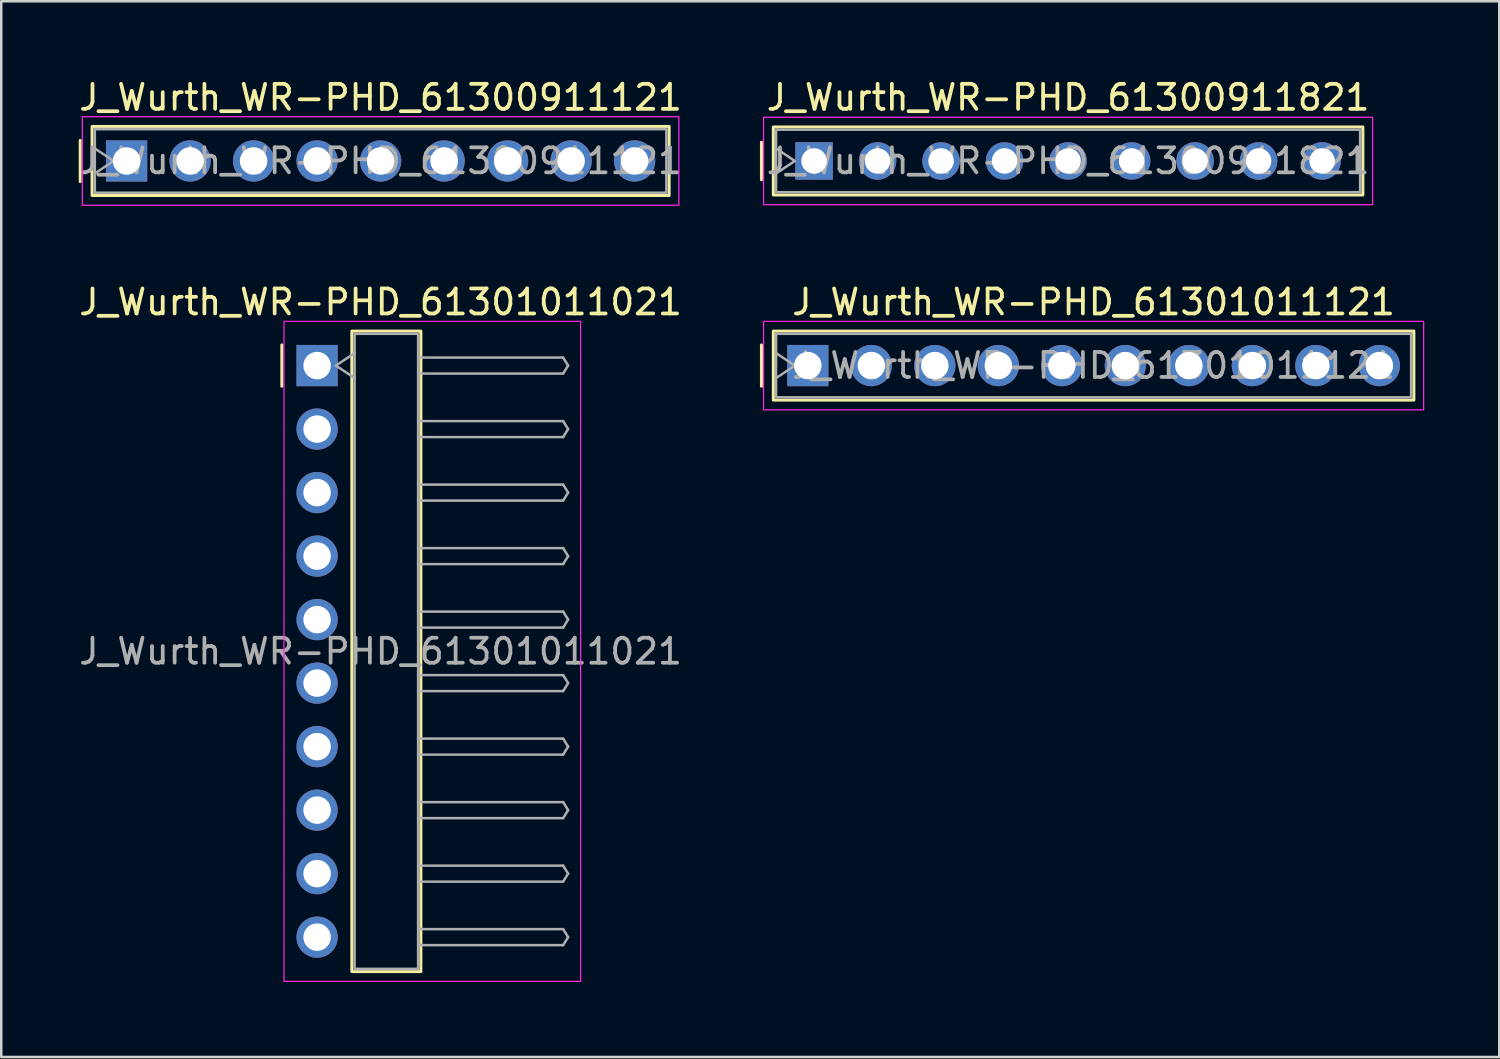
<source format=kicad_pcb>
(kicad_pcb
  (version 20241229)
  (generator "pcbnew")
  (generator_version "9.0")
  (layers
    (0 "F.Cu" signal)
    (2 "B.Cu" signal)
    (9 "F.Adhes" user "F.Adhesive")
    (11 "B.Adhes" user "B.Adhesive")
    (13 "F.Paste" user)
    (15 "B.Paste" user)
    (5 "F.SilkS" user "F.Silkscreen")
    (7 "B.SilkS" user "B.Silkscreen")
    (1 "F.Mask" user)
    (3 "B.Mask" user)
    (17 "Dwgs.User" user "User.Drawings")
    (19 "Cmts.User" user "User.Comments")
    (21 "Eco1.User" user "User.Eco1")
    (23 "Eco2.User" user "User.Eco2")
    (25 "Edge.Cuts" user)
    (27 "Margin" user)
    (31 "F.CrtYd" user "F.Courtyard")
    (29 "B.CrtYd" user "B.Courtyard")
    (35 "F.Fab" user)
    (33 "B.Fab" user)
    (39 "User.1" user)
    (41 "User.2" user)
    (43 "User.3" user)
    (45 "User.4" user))
  (footprint "J_Wurth_WR-PHD_61300911121"
    (layer "F.Cu")
    (at 2.013 3.388)
    (property "Reference" "J_Wurth_WR-PHD_61300911121" (at 10.16 -2.54 0) (unlocked yes) (layer "F.SilkS") (effects (font (size 1 1) (thickness 0.15))))
    (attr through_hole)
    (fp_line (start -1.855 -0.825) (end -1.855 0.825) (stroke (width 0.12) (type solid)) (layer "F.SilkS"))
    (fp_rect (start -1.38 -1.38) (end 21.7 1.38) (stroke (width 0.12) (type solid)) (fill no) (layer "F.SilkS"))
    (fp_rect (start -1.77 -1.77) (end 22.09 1.77) (stroke (width 0.05) (type solid)) (fill no) (layer "F.CrtYd"))
    (fp_line (start -1.27 -0.5) (end -0.52 0) (stroke (width 0.1) (type solid)) (layer "F.Fab"))
    (fp_line (start -0.52 0) (end -1.27 0.5) (stroke (width 0.1) (type solid)) (layer "F.Fab"))
    (fp_rect (start -1.27 -1.27) (end 21.59 1.27) (stroke (width 0.1) (type solid)) (fill no) (layer "F.Fab"))
    (fp_text user "${REFERENCE}" (at 10.16 0 0) (unlocked yes) (layer "F.Fab") (effects (font (size 1 1) (thickness 0.15))))
    (pad "1" thru_hole rect (at 0 0) (size 1.65 1.65) (drill 1.1) (layers "*.Cu" "*.Mask"))
    (pad "2" thru_hole circle (at 2.54 0) (size 1.65 1.65) (drill 1.1) (layers "*.Cu" "*.Mask"))
    (pad "3" thru_hole circle (at 5.08 0) (size 1.65 1.65) (drill 1.1) (layers "*.Cu" "*.Mask"))
    (pad "4" thru_hole circle (at 7.62 0) (size 1.65 1.65) (drill 1.1) (layers "*.Cu" "*.Mask"))
    (pad "5" thru_hole circle (at 10.16 0) (size 1.65 1.65) (drill 1.1) (layers "*.Cu" "*.Mask"))
    (pad "6" thru_hole circle (at 12.7 0) (size 1.65 1.65) (drill 1.1) (layers "*.Cu" "*.Mask"))
    (pad "7" thru_hole circle (at 15.24 0) (size 1.65 1.65) (drill 1.1) (layers "*.Cu" "*.Mask"))
    (pad "8" thru_hole circle (at 17.78 0) (size 1.65 1.65) (drill 1.1) (layers "*.Cu" "*.Mask"))
    (pad "9" thru_hole circle (at 20.32 0) (size 1.65 1.65) (drill 1.1) (layers "*.Cu" "*.Mask")))
  (footprint "J_Wurth_WR-PHD_61301011121"
    (layer "F.Cu")
    (at 29.26 11.572)
    (property "Reference" "J_Wurth_WR-PHD_61301011121" (at 11.43 -2.54 0) (unlocked yes) (layer "F.SilkS") (effects (font (size 1 1) (thickness 0.15))))
    (attr through_hole)
    (fp_line (start -1.855 -0.825) (end -1.855 0.825) (stroke (width 0.12) (type solid)) (layer "F.SilkS"))
    (fp_rect (start -1.38 -1.38) (end 24.24 1.38) (stroke (width 0.12) (type solid)) (fill no) (layer "F.SilkS"))
    (fp_rect (start -1.77 -1.77) (end 24.63 1.77) (stroke (width 0.05) (type solid)) (fill no) (layer "F.CrtYd"))
    (fp_line (start -1.27 -0.5) (end -0.52 0) (stroke (width 0.1) (type solid)) (layer "F.Fab"))
    (fp_line (start -0.52 0) (end -1.27 0.5) (stroke (width 0.1) (type solid)) (layer "F.Fab"))
    (fp_rect (start -1.27 -1.27) (end 24.13 1.27) (stroke (width 0.1) (type solid)) (fill no) (layer "F.Fab"))
    (fp_text user "${REFERENCE}" (at 11.43 0 0) (unlocked yes) (layer "F.Fab") (effects (font (size 1 1) (thickness 0.15))))
    (pad "1" thru_hole rect (at 0 0) (size 1.65 1.65) (drill 1.1) (layers "*.Cu" "*.Mask"))
    (pad "2" thru_hole circle (at 2.54 0) (size 1.65 1.65) (drill 1.1) (layers "*.Cu" "*.Mask"))
    (pad "3" thru_hole circle (at 5.08 0) (size 1.65 1.65) (drill 1.1) (layers "*.Cu" "*.Mask"))
    (pad "4" thru_hole circle (at 7.62 0) (size 1.65 1.65) (drill 1.1) (layers "*.Cu" "*.Mask"))
    (pad "5" thru_hole circle (at 10.16 0) (size 1.65 1.65) (drill 1.1) (layers "*.Cu" "*.Mask"))
    (pad "6" thru_hole circle (at 12.7 0) (size 1.65 1.65) (drill 1.1) (layers "*.Cu" "*.Mask"))
    (pad "7" thru_hole circle (at 15.24 0) (size 1.65 1.65) (drill 1.1) (layers "*.Cu" "*.Mask"))
    (pad "8" thru_hole circle (at 17.78 0) (size 1.65 1.65) (drill 1.1) (layers "*.Cu" "*.Mask"))
    (pad "9" thru_hole circle (at 20.32 0) (size 1.65 1.65) (drill 1.1) (layers "*.Cu" "*.Mask"))
    (pad "10" thru_hole circle (at 22.86 0) (size 1.65 1.65) (drill 1.1) (layers "*.Cu" "*.Mask")))
  (footprint "J_Wurth_WR-PHD_61301011021"
    (layer "F.Cu")
    (at 9.633 11.572)
    (property "Reference" "J_Wurth_WR-PHD_61301011021" (at 2.54 -2.54 0) (unlocked yes) (layer "F.SilkS") (effects (font (size 1 1) (thickness 0.15))))
    (attr through_hole)
    (fp_line (start -1.41 -0.825) (end -1.41 0.825) (stroke (width 0.12) (type solid)) (layer "F.SilkS"))
    (fp_rect (start 1.39 -1.38) (end 4.15 24.24) (stroke (width 0.12) (type solid)) (fill no) (layer "F.SilkS"))
    (fp_rect (start -1.325 -1.77) (end 10.54 24.63) (stroke (width 0.05) (type solid)) (fill no) (layer "F.CrtYd"))
    (fp_line (start 0.75 0) (end 1.5 -0.5) (stroke (width 0.1) (type solid)) (layer "F.Fab"))
    (fp_line (start 0.75 0) (end 1.5 0.5) (stroke (width 0.1) (type solid)) (layer "F.Fab"))
    (fp_line (start 4.04 0.32) (end 9.84 0.32) (stroke (width 0.1) (type solid)) (layer "F.Fab"))
    (fp_line (start 4.04 2.86) (end 9.84 2.86) (stroke (width 0.1) (type solid)) (layer "F.Fab"))
    (fp_line (start 4.04 5.4) (end 9.84 5.4) (stroke (width 0.1) (type solid)) (layer "F.Fab"))
    (fp_line (start 4.04 7.94) (end 9.84 7.94) (stroke (width 0.1) (type solid)) (layer "F.Fab"))
    (fp_line (start 4.04 10.48) (end 9.84 10.48) (stroke (width 0.1) (type solid)) (layer "F.Fab"))
    (fp_line (start 4.04 13.02) (end 9.84 13.02) (stroke (width 0.1) (type solid)) (layer "F.Fab"))
    (fp_line (start 4.04 15.56) (end 9.84 15.56) (stroke (width 0.1) (type solid)) (layer "F.Fab"))
    (fp_line (start 4.04 18.1) (end 9.84 18.1) (stroke (width 0.1) (type solid)) (layer "F.Fab"))
    (fp_line (start 4.04 20.64) (end 9.84 20.64) (stroke (width 0.1) (type solid)) (layer "F.Fab"))
    (fp_line (start 4.04 23.18) (end 9.84 23.18) (stroke (width 0.1) (type solid)) (layer "F.Fab"))
    (fp_line (start 9.84 -0.32) (end 4.04 -0.32) (stroke (width 0.1) (type solid)) (layer "F.Fab"))
    (fp_line (start 9.84 0.32) (end 10.04 0) (stroke (width 0.1) (type default)) (layer "F.Fab"))
    (fp_line (start 9.84 2.22) (end 4.04 2.22) (stroke (width 0.1) (type solid)) (layer "F.Fab"))
    (fp_line (start 9.84 2.86) (end 10.04 2.54) (stroke (width 0.1) (type default)) (layer "F.Fab"))
    (fp_line (start 9.84 4.76) (end 4.04 4.76) (stroke (width 0.1) (type solid)) (layer "F.Fab"))
    (fp_line (start 9.84 5.4) (end 10.04 5.08) (stroke (width 0.1) (type default)) (layer "F.Fab"))
    (fp_line (start 9.84 7.3) (end 4.04 7.3) (stroke (width 0.1) (type solid)) (layer "F.Fab"))
    (fp_line (start 9.84 7.94) (end 10.04 7.62) (stroke (width 0.1) (type default)) (layer "F.Fab"))
    (fp_line (start 9.84 9.84) (end 4.04 9.84) (stroke (width 0.1) (type solid)) (layer "F.Fab"))
    (fp_line (start 9.84 10.48) (end 10.04 10.16) (stroke (width 0.1) (type solid)) (layer "F.Fab"))
    (fp_line (start 9.84 12.38) (end 4.04 12.38) (stroke (width 0.1) (type solid)) (layer "F.Fab"))
    (fp_line (start 9.84 13.02) (end 10.04 12.7) (stroke (width 0.1) (type solid)) (layer "F.Fab"))
    (fp_line (start 9.84 14.92) (end 4.04 14.92) (stroke (width 0.1) (type solid)) (layer "F.Fab"))
    (fp_line (start 9.84 15.56) (end 10.04 15.24) (stroke (width 0.1) (type solid)) (layer "F.Fab"))
    (fp_line (start 9.84 17.46) (end 4.04 17.46) (stroke (width 0.1) (type solid)) (layer "F.Fab"))
    (fp_line (start 9.84 20) (end 4.04 20) (stroke (width 0.1) (type solid)) (layer "F.Fab"))
    (fp_line (start 9.84 22.54) (end 4.04 22.54) (stroke (width 0.1) (type solid)) (layer "F.Fab"))
    (fp_line (start 10.04 0) (end 9.84 -0.32) (stroke (width 0.1) (type solid)) (layer "F.Fab"))
    (fp_line (start 10.04 2.54) (end 9.84 2.22) (stroke (width 0.1) (type solid)) (layer "F.Fab"))
    (fp_line (start 10.04 5.08) (end 9.84 4.76) (stroke (width 0.1) (type solid)) (layer "F.Fab"))
    (fp_line (start 10.04 7.62) (end 9.84 7.3) (stroke (width 0.1) (type solid)) (layer "F.Fab"))
    (fp_line (start 10.04 10.16) (end 9.84 9.84) (stroke (width 0.1) (type solid)) (layer "F.Fab"))
    (fp_line (start 10.04 12.7) (end 9.84 12.38) (stroke (width 0.1) (type solid)) (layer "F.Fab"))
    (fp_line (start 10.04 15.24) (end 9.84 14.92) (stroke (width 0.1) (type solid)) (layer "F.Fab"))
    (fp_line (start 10.04 17.78) (end 9.84 17.46) (stroke (width 0.1) (type solid)) (layer "F.Fab"))
    (fp_line (start 10.04 17.78) (end 9.84 18.1) (stroke (width 0.1) (type solid)) (layer "F.Fab"))
    (fp_line (start 10.04 20.32) (end 9.84 20) (stroke (width 0.1) (type solid)) (layer "F.Fab"))
    (fp_line (start 10.04 20.32) (end 9.84 20.64) (stroke (width 0.1) (type solid)) (layer "F.Fab"))
    (fp_line (start 10.04 22.86) (end 9.84 22.54) (stroke (width 0.1) (type solid)) (layer "F.Fab"))
    (fp_line (start 10.04 22.86) (end 9.84 23.18) (stroke (width 0.1) (type solid)) (layer "F.Fab"))
    (fp_rect (start 1.5 -1.27) (end 4.04 24.13) (stroke (width 0.1) (type solid)) (fill no) (layer "F.Fab"))
    (fp_text user "${REFERENCE}" (at 2.54 11.43 0) (unlocked yes) (layer "F.Fab") (effects (font (size 1 1) (thickness 0.15))))
    (pad "1" thru_hole rect (at 0 0 90) (size 1.65 1.65) (drill 1.1) (layers "*.Cu" "*.Mask"))
    (pad "2" thru_hole circle (at 0 2.54 90) (size 1.65 1.65) (drill 1.1) (layers "*.Cu" "*.Mask"))
    (pad "3" thru_hole circle (at 0 5.08 90) (size 1.65 1.65) (drill 1.1) (layers "*.Cu" "*.Mask"))
    (pad "4" thru_hole circle (at 0 7.62 90) (size 1.65 1.65) (drill 1.1) (layers "*.Cu" "*.Mask"))
    (pad "5" thru_hole circle (at 0 10.16 90) (size 1.65 1.65) (drill 1.1) (layers "*.Cu" "*.Mask"))
    (pad "6" thru_hole circle (at 0 12.7 90) (size 1.65 1.65) (drill 1.1) (layers "*.Cu" "*.Mask"))
    (pad "7" thru_hole circle (at 0 15.24 90) (size 1.65 1.65) (drill 1.1) (layers "*.Cu" "*.Mask"))
    (pad "8" thru_hole circle (at 0 17.78 90) (size 1.65 1.65) (drill 1.1) (layers "*.Cu" "*.Mask"))
    (pad "9" thru_hole circle (at 0 20.32 90) (size 1.65 1.65) (drill 1.1) (layers "*.Cu" "*.Mask"))
    (pad "10" thru_hole circle (at 0 22.86 90) (size 1.65 1.65) (drill 1.1) (layers "*.Cu" "*.Mask")))
  (footprint "J_Wurth_WR-PHD_61300911821"
    (layer "F.Cu")
    (at 29.51 3.388)
    (property "Reference" "J_Wurth_WR-PHD_61300911821" (at 10.16 -2.54 0) (unlocked yes) (layer "F.SilkS") (effects (font (size 1 1) (thickness 0.15))))
    (attr through_hole)
    (fp_line (start -2.105 -0.75) (end -2.105 0.75) (stroke (width 0.12) (type solid)) (layer "F.SilkS"))
    (fp_rect (start -1.63 -1.36) (end 21.95 1.36) (stroke (width 0.12) (type solid)) (fill no) (layer "F.SilkS"))
    (fp_rect (start -2.02 -1.75) (end 22.34 1.75) (stroke (width 0.05) (type solid)) (fill no) (layer "F.CrtYd"))
    (fp_line (start -1.52 -0.5) (end -0.77 0) (stroke (width 0.1) (type solid)) (layer "F.Fab"))
    (fp_line (start -0.77 0) (end -1.52 0.5) (stroke (width 0.1) (type solid)) (layer "F.Fab"))
    (fp_rect (start -1.52 -1.25) (end 21.84 1.25) (stroke (width 0.1) (type solid)) (fill no) (layer "F.Fab"))
    (fp_text user "${REFERENCE}" (at 10.16 0 0) (unlocked yes) (layer "F.Fab") (effects (font (size 1 1) (thickness 0.15))))
    (pad "1" thru_hole rect (at 0 0) (size 1.5 1.5) (drill 1.02) (layers "*.Cu" "*.Mask"))
    (pad "2" thru_hole circle (at 2.54 0) (size 1.5 1.5) (drill 1.02) (layers "*.Cu" "*.Mask"))
    (pad "3" thru_hole circle (at 5.08 0) (size 1.5 1.5) (drill 1.02) (layers "*.Cu" "*.Mask"))
    (pad "4" thru_hole circle (at 7.62 0) (size 1.5 1.5) (drill 1.02) (layers "*.Cu" "*.Mask"))
    (pad "5" thru_hole circle (at 10.16 0) (size 1.5 1.5) (drill 1.02) (layers "*.Cu" "*.Mask"))
    (pad "6" thru_hole circle (at 12.7 0) (size 1.5 1.5) (drill 1.02) (layers "*.Cu" "*.Mask"))
    (pad "7" thru_hole circle (at 15.24 0) (size 1.5 1.5) (drill 1.02) (layers "*.Cu" "*.Mask"))
    (pad "8" thru_hole circle (at 17.78 0) (size 1.5 1.5) (drill 1.02) (layers "*.Cu" "*.Mask"))
    (pad "9" thru_hole circle (at 20.32 0) (size 1.5 1.5) (drill 1.02) (layers "*.Cu" "*.Mask")))
  (gr_rect
    (start -3 -3)
    (end 56.915 39.227)
    (stroke (width 0.1) (type default))
    (fill no)
    (layer "Edge.Cuts")))
</source>
